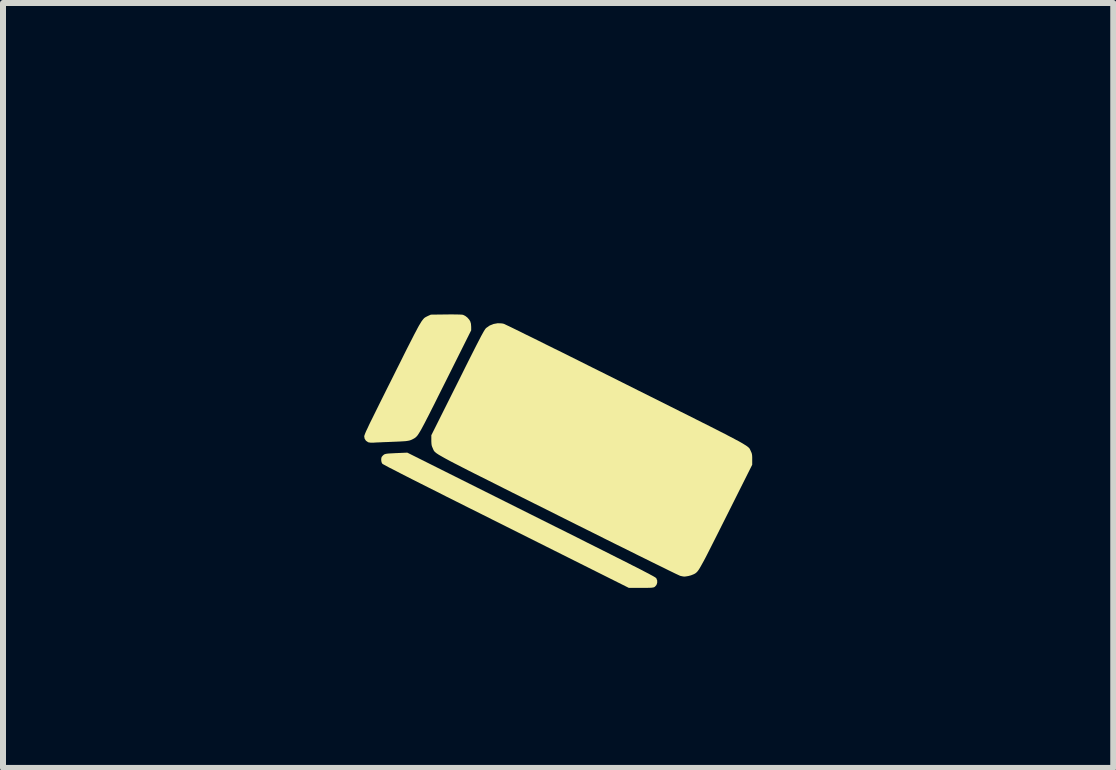
<source format=kicad_pcb>
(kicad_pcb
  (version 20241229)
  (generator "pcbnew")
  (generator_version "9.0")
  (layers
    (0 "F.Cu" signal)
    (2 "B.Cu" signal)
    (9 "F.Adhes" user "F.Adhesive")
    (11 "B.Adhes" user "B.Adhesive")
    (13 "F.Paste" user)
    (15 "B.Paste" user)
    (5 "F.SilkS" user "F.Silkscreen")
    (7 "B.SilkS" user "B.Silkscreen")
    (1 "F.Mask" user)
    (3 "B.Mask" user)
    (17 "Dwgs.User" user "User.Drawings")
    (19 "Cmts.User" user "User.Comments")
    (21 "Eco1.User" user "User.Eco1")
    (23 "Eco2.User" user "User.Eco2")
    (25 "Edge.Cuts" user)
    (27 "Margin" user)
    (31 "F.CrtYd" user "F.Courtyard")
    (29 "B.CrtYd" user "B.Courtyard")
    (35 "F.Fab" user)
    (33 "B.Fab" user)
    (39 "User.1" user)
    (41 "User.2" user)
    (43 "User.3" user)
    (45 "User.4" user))
  (footprint "plaketlogo"
    (layer "F.Cu")
    (at 6.248 4.466)
    (property "Reference" "plaketlogo" (at 0 -3.048 0) (layer "Eco1.User") (effects (font (size 1.524 1.524) (thickness 0.3))))
    (attr board_only exclude_from_pos_files exclude_from_bom)
    (fp_poly (pts (xy -0.446 1.058) (xy -0.234 1.164) (xy -0.036 1.263) (xy 0.147 1.354) (xy 0.317 1.439) (xy 0.473 1.518) (xy 0.617 1.59) (xy 0.749 1.656) (xy 0.868 1.716) (xy 0.977 1.771) (xy 1.075 1.82) (xy 1.164 1.865) (xy 1.242 1.905) (xy 1.312 1.94) (xy 1.373 1.971) (xy 1.426 1.999) (xy 1.472 2.023) (xy 1.511 2.043) (xy 1.543 2.061) (xy 1.57 2.075) (xy 1.591 2.087) (xy 1.608 2.097) (xy 1.62 2.105) (xy 1.629 2.111) (xy 1.634 2.115) (xy 1.636 2.118) (xy 1.651 2.155) (xy 1.651 2.194) (xy 1.639 2.229) (xy 1.615 2.257) (xy 1.602 2.266) (xy 1.591 2.27) (xy 1.574 2.273) (xy 1.55 2.276) (xy 1.517 2.277) (xy 1.472 2.278) (xy 1.413 2.278) (xy 1.378 2.278) (xy 1.178 2.278) (xy -0.866 1.255) (xy -1.096 1.14) (xy -1.311 1.032) (xy -1.512 0.932) (xy -1.697 0.839) (xy -1.869 0.753) (xy -2.026 0.673) (xy -2.17 0.601) (xy -2.301 0.535) (xy -2.418 0.476) (xy -2.522 0.423) (xy -2.614 0.376) (xy -2.693 0.335) (xy -2.761 0.3) (xy -2.817 0.272) (xy -2.861 0.248) (xy -2.894 0.23) (xy -2.916 0.218) (xy -2.927 0.211) (xy -2.929 0.209) (xy -2.942 0.183) (xy -2.947 0.148) (xy -2.947 0.144) (xy -2.945 0.115) (xy -2.938 0.095) (xy -2.921 0.075) (xy -2.919 0.073) (xy -2.909 0.064) (xy -2.899 0.056) (xy -2.887 0.051) (xy -2.871 0.046) (xy -2.848 0.042) (xy -2.817 0.039) (xy -2.775 0.037) (xy -2.721 0.034) (xy -2.653 0.031) (xy -2.629 0.03) (xy -2.512 0.025)) (stroke (width 0) (type solid)) (fill yes) (layer "F.SilkS"))
    (fp_poly (pts (xy -1.704 -2.277) (xy -1.647 -2.276) (xy -1.607 -2.274) (xy -1.584 -2.271) (xy -1.582 -2.27) (xy -1.547 -2.253) (xy -1.511 -2.225) (xy -1.481 -2.191) (xy -1.464 -2.163) (xy -1.452 -2.123) (xy -1.448 -2.071) (xy -1.448 -2.071) (xy -1.448 -2.013) (xy -1.876 -1.156) (xy -1.945 -1.019) (xy -2.006 -0.897) (xy -2.06 -0.788) (xy -2.109 -0.692) (xy -2.151 -0.608) (xy -2.189 -0.535) (xy -2.221 -0.472) (xy -2.25 -0.418) (xy -2.274 -0.373) (xy -2.295 -0.336) (xy -2.314 -0.305) (xy -2.329 -0.281) (xy -2.343 -0.261) (xy -2.356 -0.246) (xy -2.368 -0.234) (xy -2.379 -0.225) (xy -2.39 -0.217) (xy -2.402 -0.21) (xy -2.413 -0.204) (xy -2.434 -0.193) (xy -2.455 -0.184) (xy -2.477 -0.177) (xy -2.503 -0.172) (xy -2.535 -0.167) (xy -2.576 -0.164) (xy -2.628 -0.161) (xy -2.692 -0.158) (xy -2.767 -0.155) (xy -2.834 -0.152) (xy -2.898 -0.15) (xy -2.958 -0.147) (xy -3.009 -0.145) (xy -3.049 -0.143) (xy -3.075 -0.141) (xy -3.075 -0.141) (xy -3.123 -0.141) (xy -3.157 -0.146) (xy -3.166 -0.149) (xy -3.201 -0.173) (xy -3.223 -0.207) (xy -3.23 -0.245) (xy -3.229 -0.253) (xy -3.226 -0.263) (xy -3.221 -0.277) (xy -3.214 -0.296) (xy -3.204 -0.32) (xy -3.19 -0.351) (xy -3.172 -0.388) (xy -3.151 -0.434) (xy -3.125 -0.488) (xy -3.093 -0.552) (xy -3.057 -0.625) (xy -3.015 -0.71) (xy -2.967 -0.807) (xy -2.912 -0.917) (xy -2.851 -1.04) (xy -2.782 -1.177) (xy -2.762 -1.217) (xy -2.691 -1.36) (xy -2.626 -1.489) (xy -2.569 -1.604) (xy -2.518 -1.706) (xy -2.472 -1.796) (xy -2.432 -1.874) (xy -2.397 -1.943) (xy -2.366 -2.001) (xy -2.34 -2.051) (xy -2.317 -2.093) (xy -2.296 -2.127) (xy -2.279 -2.156) (xy -2.263 -2.178) (xy -2.249 -2.196) (xy -2.237 -2.21) (xy -2.225 -2.221) (xy -2.213 -2.229) (xy -2.201 -2.236) (xy -2.189 -2.242) (xy -2.175 -2.249) (xy -2.169 -2.252) (xy -2.12 -2.274) (xy -1.868 -2.277) (xy -1.777 -2.278)) (stroke (width 0) (type solid)) (fill yes) (layer "F.SilkS"))
    (fp_poly (pts (xy -0.936 -2.128) (xy -0.904 -2.121) (xy -0.892 -2.116) (xy -0.866 -2.103) (xy -0.825 -2.084) (xy -0.771 -2.058) (xy -0.704 -2.025) (xy -0.626 -1.987) (xy -0.536 -1.942) (xy -0.435 -1.893) (xy -0.324 -1.838) (xy -0.204 -1.778) (xy -0.075 -1.714) (xy 0.062 -1.647) (xy 0.206 -1.575) (xy 0.357 -1.5) (xy 0.514 -1.421) (xy 0.677 -1.34) (xy 0.844 -1.257) (xy 1.016 -1.171) (xy 1.124 -1.117) (xy 1.333 -1.012) (xy 1.528 -0.915) (xy 1.708 -0.825) (xy 1.874 -0.742) (xy 2.027 -0.665) (xy 2.168 -0.595) (xy 2.297 -0.53) (xy 2.414 -0.471) (xy 2.52 -0.418) (xy 2.616 -0.369) (xy 2.703 -0.325) (xy 2.78 -0.286) (xy 2.848 -0.25) (xy 2.908 -0.219) (xy 2.96 -0.191) (xy 3.006 -0.167) (xy 3.045 -0.145) (xy 3.078 -0.126) (xy 3.105 -0.109) (xy 3.128 -0.095) (xy 3.147 -0.082) (xy 3.161 -0.071) (xy 3.173 -0.061) (xy 3.182 -0.052) (xy 3.189 -0.044) (xy 3.194 -0.035) (xy 3.198 -0.027) (xy 3.202 -0.019) (xy 3.206 -0.01) (xy 3.21 -0.001) (xy 3.221 0.023) (xy 3.228 0.044) (xy 3.232 0.068) (xy 3.234 0.1) (xy 3.234 0.137) (xy 3.234 0.227) (xy 2.799 1.095) (xy 2.73 1.232) (xy 2.668 1.356) (xy 2.613 1.465) (xy 2.564 1.562) (xy 2.521 1.647) (xy 2.484 1.72) (xy 2.451 1.784) (xy 2.422 1.838) (xy 2.397 1.883) (xy 2.376 1.921) (xy 2.358 1.952) (xy 2.342 1.977) (xy 2.328 1.996) (xy 2.315 2.012) (xy 2.303 2.023) (xy 2.292 2.032) (xy 2.281 2.04) (xy 2.269 2.046) (xy 2.257 2.052) (xy 2.252 2.054) (xy 2.214 2.069) (xy 2.169 2.081) (xy 2.125 2.088) (xy 2.1 2.09) (xy 2.078 2.087) (xy 2.049 2.081) (xy 2.033 2.077) (xy 2.022 2.072) (xy 1.996 2.06) (xy 1.955 2.041) (xy 1.902 2.015) (xy 1.836 1.983) (xy 1.758 1.944) (xy 1.668 1.9) (xy 1.568 1.851) (xy 1.457 1.796) (xy 1.337 1.737) (xy 1.209 1.673) (xy 1.072 1.605) (xy 0.928 1.534) (xy 0.777 1.459) (xy 0.62 1.38) (xy 0.457 1.299) (xy 0.29 1.216) (xy 0.118 1.13) (xy 0.000246 1.071) (xy -0.209 0.966) (xy -0.404 0.869) (xy -0.584 0.779) (xy -0.751 0.696) (xy -0.904 0.619) (xy -1.045 0.548) (xy -1.174 0.483) (xy -1.292 0.424) (xy -1.398 0.371) (xy -1.495 0.322) (xy -1.581 0.278) (xy -1.658 0.238) (xy -1.727 0.203) (xy -1.787 0.172) (xy -1.839 0.144) (xy -1.885 0.119) (xy -1.924 0.097) (xy -1.957 0.078) (xy -1.985 0.062) (xy -2.008 0.047) (xy -2.026 0.035) (xy -2.041 0.023) (xy -2.052 0.013) (xy -2.061 0.004) (xy -2.067 -0.004) (xy -2.072 -0.012) (xy -2.076 -0.02) (xy -2.08 -0.029) (xy -2.084 -0.038) (xy -2.088 -0.048) (xy -2.089 -0.05) (xy -2.1 -0.076) (xy -2.107 -0.1) (xy -2.11 -0.127) (xy -2.112 -0.163) (xy -2.112 -0.182) (xy -2.112 -0.265) (xy -1.673 -1.142) (xy -1.605 -1.278) (xy -1.545 -1.399) (xy -1.491 -1.507) (xy -1.443 -1.602) (xy -1.401 -1.685) (xy -1.365 -1.756) (xy -1.333 -1.818) (xy -1.306 -1.87) (xy -1.284 -1.913) (xy -1.264 -1.949) (xy -1.248 -1.978) (xy -1.235 -2.001) (xy -1.224 -2.018) (xy -1.215 -2.032) (xy -1.208 -2.041) (xy -1.201 -2.049) (xy -1.198 -2.052) (xy -1.139 -2.093) (xy -1.073 -2.119) (xy -1.005 -2.131)) (stroke (width 0) (type solid)) (fill yes) (layer "F.SilkS")))
  (gr_rect
    (start -3 -3)
    (end 15.497 9.744)
    (stroke (width 0.1) (type default))
    (fill no)
    (layer "Edge.Cuts")))
</source>
